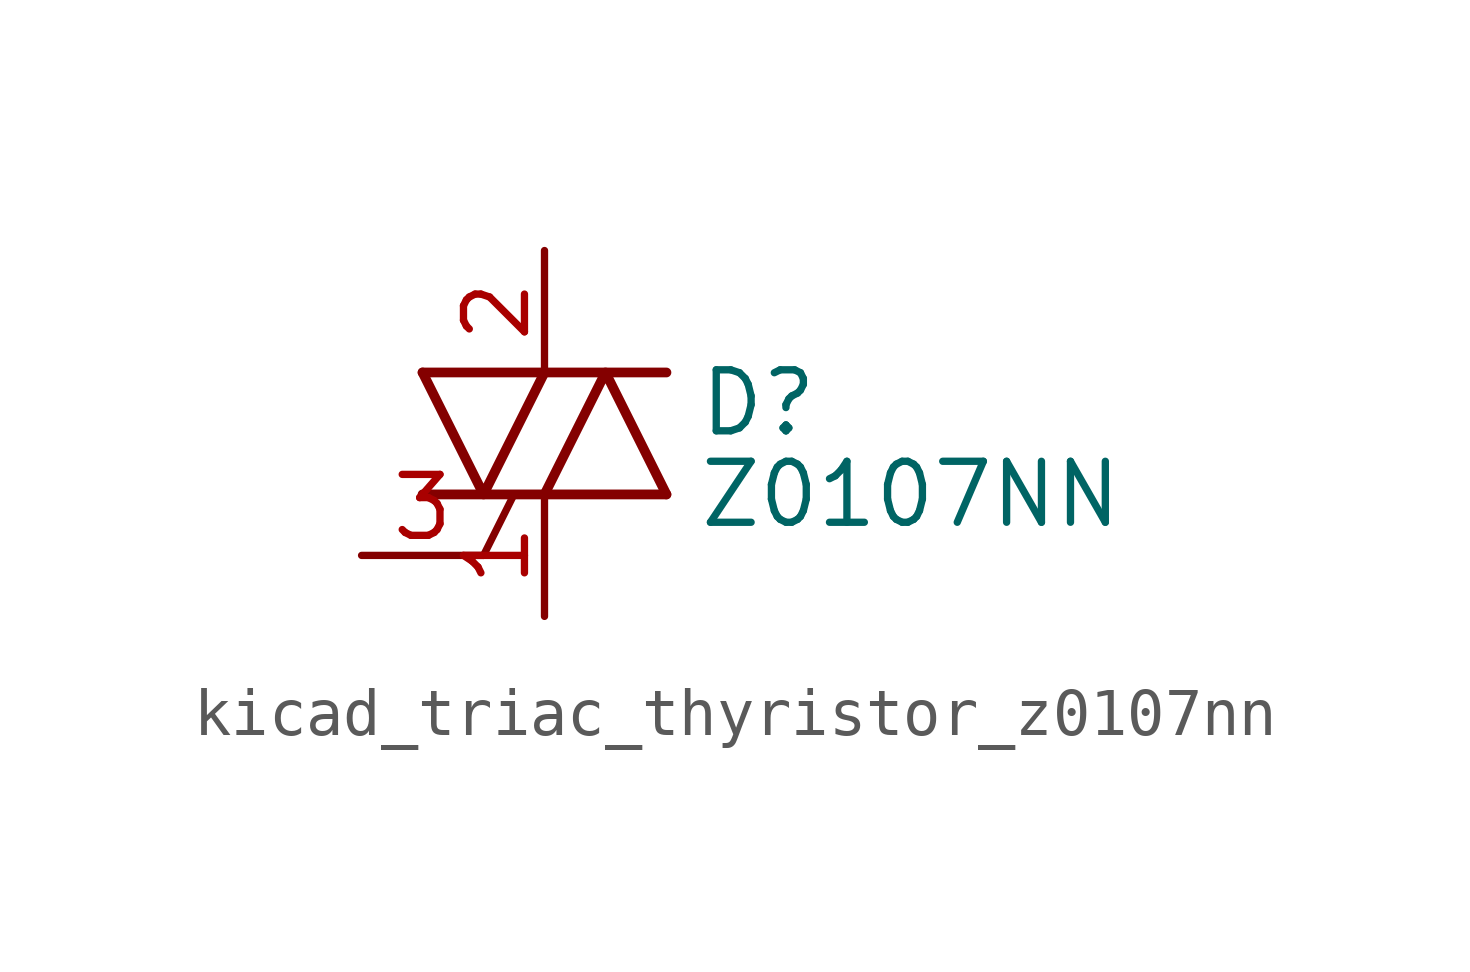
<source format=kicad_sym>
(kicad_symbol_lib
  (version 20220914)
  (generator kicad_symbol_editor)
  (symbol "kicad_triac_thyristor_z0107nn"
    (pin_names
      (offset 0) hide)
    (property "Reference" "D"
      (at 3.175 0.635 0)
      (effects (font (size 1.27 1.27)) (justify left)))
    (property "Value" "Z0107NN"
      (at 3.175 -1.27 0)
      (effects (font (size 1.27 1.27)) (justify left)))
    (symbol "kicad_triac_thyristor_z0107nn_0_1"
      (polyline (pts (xy -2.54 -1.27) (xy 2.54 -1.27)) (stroke (width 0.203) (type default)) (fill (type none)))
      (polyline (pts (xy -2.54 1.27) (xy 2.54 1.27)) (stroke (width 0.203) (type default)) (fill (type none)))
      (polyline (pts (xy -1.27 -2.54) (xy -0.635 -1.27)) (stroke (width 0) (type default)) (fill (type none)))
      (polyline (pts (xy -2.54 1.27) (xy -1.27 -1.27) (xy 0 1.27)) (stroke (width 0.203) (type default)) (fill (type none)))
      (polyline (pts (xy 0 -1.27) (xy 1.27 1.27) (xy 2.54 -1.27)) (stroke (width 0.203) (type default)) (fill (type none))))
    (symbol "kicad_triac_thyristor_z0107nn_1_1"
      (pin passive line (at 0 -3.81 90) (length 2.54) (name "A1" (effects (font (size 1.27 1.27)))) (number "1" (effects (font (size 1.27 1.27)))))
      (pin passive line (at 0 3.81 270) (length 2.54) (name "A2" (effects (font (size 1.27 1.27)))) (number "2" (effects (font (size 1.27 1.27)))))
      (pin input line (at -3.81 -2.54 0) (length 2.54) (name "G" (effects (font (size 1.27 1.27)))) (number "3" (effects (font (size 1.27 1.27)))))
      (pin passive line (at 0 3.81 270) (length 2.54) hide (name "A4" (effects (font (size 1.27 1.27)))) (number "4" (effects (font (size 1.27 1.27))))))))
</source>
